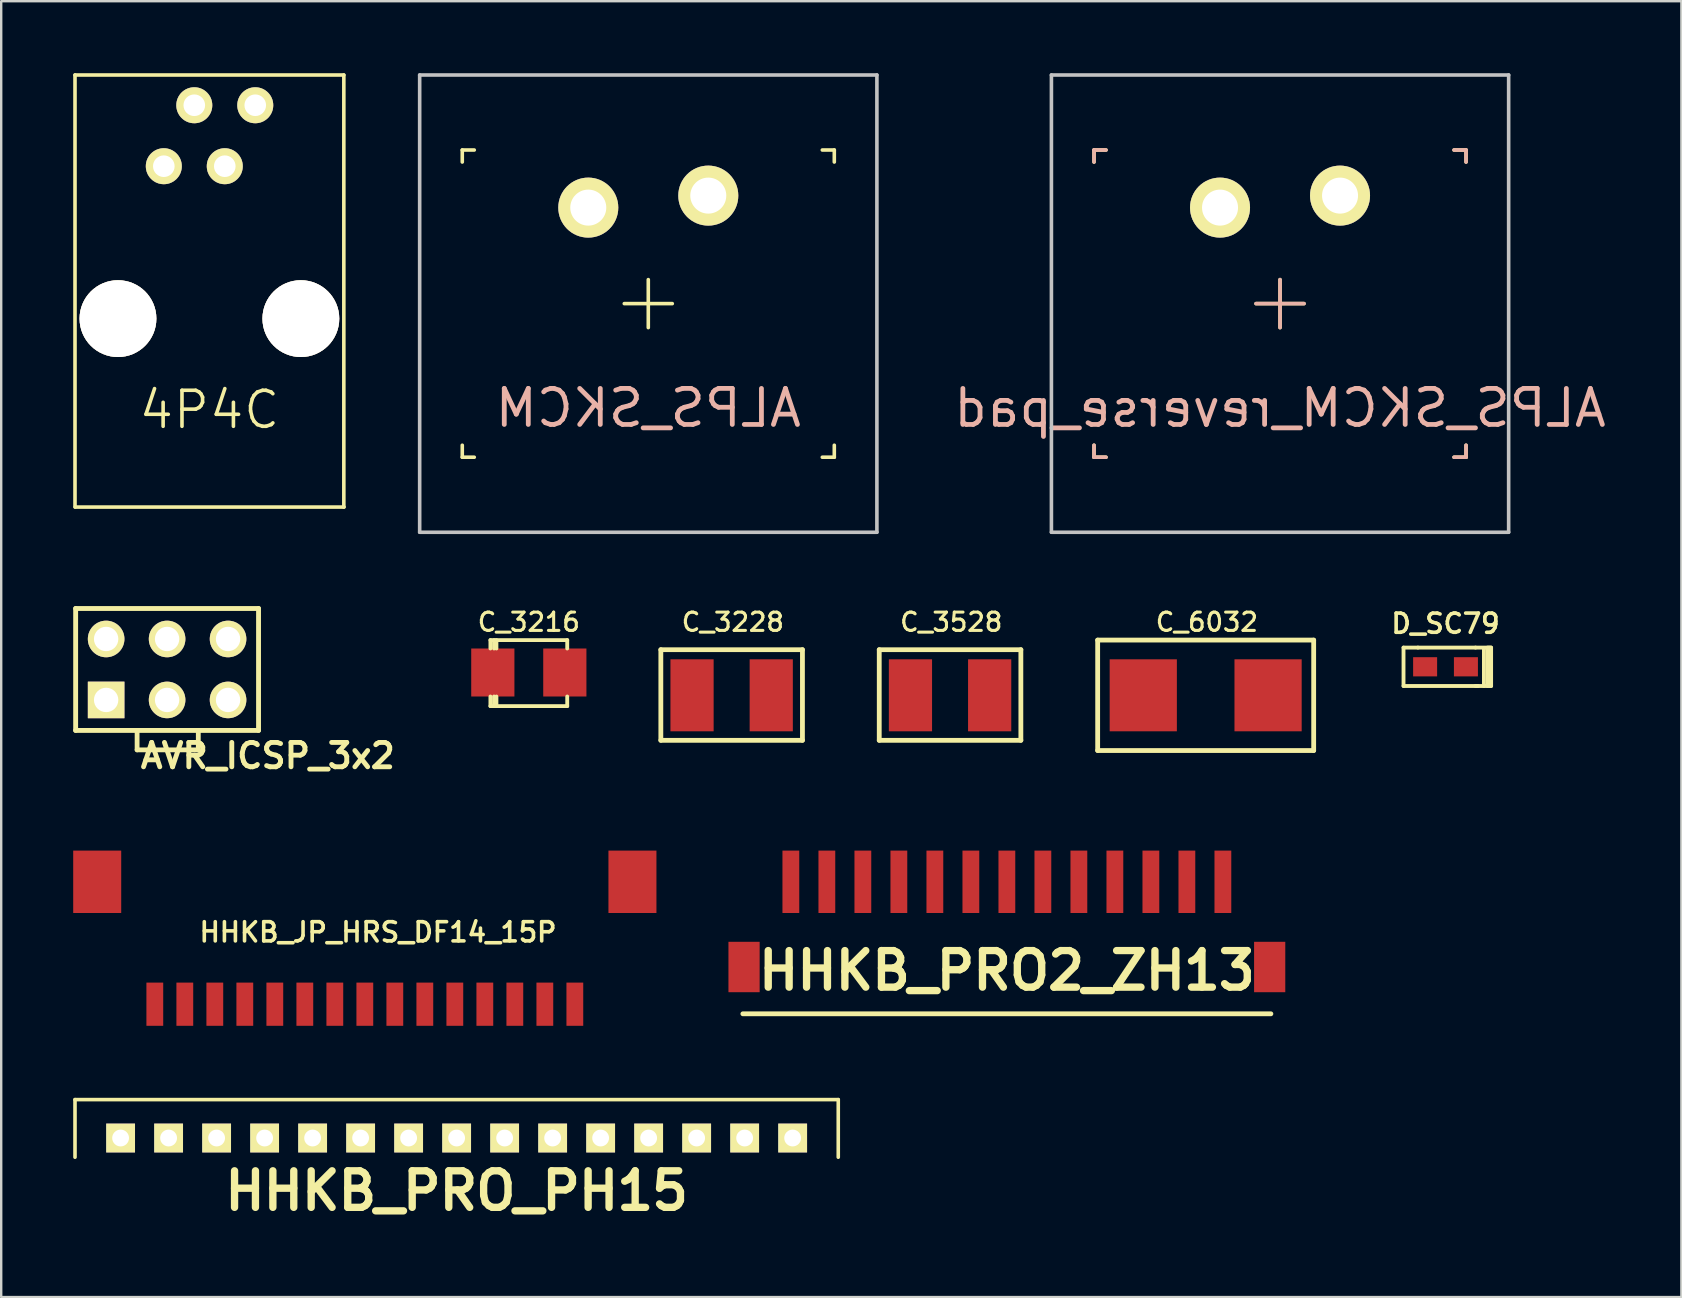
<source format=kicad_pcb>
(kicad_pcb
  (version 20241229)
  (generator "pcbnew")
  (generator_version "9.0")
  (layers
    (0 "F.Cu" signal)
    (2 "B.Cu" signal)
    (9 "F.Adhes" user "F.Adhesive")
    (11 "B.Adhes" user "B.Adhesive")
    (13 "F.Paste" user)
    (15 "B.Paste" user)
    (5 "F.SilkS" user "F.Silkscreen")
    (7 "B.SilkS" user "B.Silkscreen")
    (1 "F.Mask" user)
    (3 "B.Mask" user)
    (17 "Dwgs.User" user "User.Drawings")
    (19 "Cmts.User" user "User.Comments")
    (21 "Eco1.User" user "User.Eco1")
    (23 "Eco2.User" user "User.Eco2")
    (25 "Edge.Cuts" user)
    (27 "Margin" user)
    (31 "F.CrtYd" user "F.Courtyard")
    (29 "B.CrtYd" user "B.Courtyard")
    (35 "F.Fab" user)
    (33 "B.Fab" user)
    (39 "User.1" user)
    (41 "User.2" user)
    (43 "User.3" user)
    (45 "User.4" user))
  (footprint "C_3528"
    (layer "F.Cu")
    (at 36.533 25.919)
    (property "Reference" "C_3528" (at 0.05 -3.05 0) (layer "F.SilkS") (effects (font (size 0.762 0.762) (thickness 0.127))))
    (attr smd)
    (fp_line (start -2.95 -1.9) (end 2.95 -1.9) (stroke (width 0.2) (type solid)) (layer "F.SilkS"))
    (fp_line (start -2.95 1.875) (end -2.95 -1.9) (stroke (width 0.2) (type solid)) (layer "F.SilkS"))
    (fp_line (start 2.95 -1.9) (end 2.95 1.875) (stroke (width 0.2) (type solid)) (layer "F.SilkS"))
    (fp_line (start 2.95 1.875) (end -2.95 1.875) (stroke (width 0.2) (type solid)) (layer "F.SilkS"))
    (pad "1" smd rect (at -1.65 0) (size 1.8 3) (layers "F.Cu" "F.Mask"))
    (pad "2" smd rect (at 1.65 0) (size 1.8 3) (layers "F.Cu" "F.Mask")))
  (footprint "HHKB_PRO_PH15"
    (layer "F.Cu")
    (at 15.975 44.364)
    (property "Reference" "HHKB_PRO_PH15" (at 0 2.2 0) (layer "F.SilkS") (effects (font (size 1.524 1.524) (thickness 0.305))))
    (attr through_hole)
    (fp_line (start -15.9 -1.6) (end -15.9 0.8) (stroke (width 0.15) (type solid)) (layer "F.SilkS"))
    (fp_line (start 15.9 -1.6) (end -15.9 -1.6) (stroke (width 0.15) (type solid)) (layer "F.SilkS"))
    (fp_line (start 15.9 0.8) (end 15.9 -1.6) (stroke (width 0.15) (type solid)) (layer "F.SilkS"))
    (pad "1" thru_hole rect (at -14 0 180) (size 1.2 1.2) (drill 0.701) (layers "*.Cu" "*.Mask" "F.SilkS"))
    (pad "2" thru_hole rect (at -12 0 180) (size 1.2 1.2) (drill 0.701) (layers "*.Cu" "*.Mask" "F.SilkS"))
    (pad "3" thru_hole rect (at -10 0 180) (size 1.2 1.2) (drill 0.701) (layers "*.Cu" "*.Mask" "F.SilkS"))
    (pad "4" thru_hole rect (at -8 0 180) (size 1.2 1.2) (drill 0.701) (layers "*.Cu" "*.Mask" "F.SilkS"))
    (pad "5" thru_hole rect (at -6 0 180) (size 1.2 1.2) (drill 0.701) (layers "*.Cu" "*.Mask" "F.SilkS"))
    (pad "6" thru_hole rect (at -4 0 180) (size 1.2 1.2) (drill 0.701) (layers "*.Cu" "*.Mask" "F.SilkS"))
    (pad "7" thru_hole rect (at -2 0 180) (size 1.2 1.2) (drill 0.701) (layers "*.Cu" "*.Mask" "F.SilkS"))
    (pad "8" thru_hole rect (at 0 0 180) (size 1.2 1.2) (drill 0.701) (layers "*.Cu" "*.Mask" "F.SilkS"))
    (pad "9" thru_hole rect (at 2 0 180) (size 1.2 1.2) (drill 0.701) (layers "*.Cu" "*.Mask" "F.SilkS"))
    (pad "10" thru_hole rect (at 4 0 180) (size 1.2 1.2) (drill 0.701) (layers "*.Cu" "*.Mask" "F.SilkS"))
    (pad "11" thru_hole rect (at 6 0 180) (size 1.2 1.2) (drill 0.701) (layers "*.Cu" "*.Mask" "F.SilkS"))
    (pad "12" thru_hole rect (at 8 0 180) (size 1.2 1.2) (drill 0.701) (layers "*.Cu" "*.Mask" "F.SilkS"))
    (pad "13" thru_hole rect (at 10 0 180) (size 1.2 1.2) (drill 0.701) (layers "*.Cu" "*.Mask" "F.SilkS"))
    (pad "14" thru_hole rect (at 12 0 180) (size 1.2 1.2) (drill 0.701) (layers "*.Cu" "*.Mask" "F.SilkS"))
    (pad "15" thru_hole rect (at 14 0 180) (size 1.2 1.2) (drill 0.701) (layers "*.Cu" "*.Mask" "F.SilkS")))
  (footprint "AVR_ICSP_3x2"
    (layer "F.Cu")
    (at 3.912 24.842)
    (property "Reference" "AVR_ICSP_3x2" (at 4.195 3.596 0) (layer "F.SilkS") (effects (font (size 1.016 1.016) (thickness 0.203))))
    (attr through_hole)
    (fp_line (start -3.81 -2.54) (end 3.81 -2.54) (stroke (width 0.203) (type solid)) (layer "F.SilkS"))
    (fp_line (start -3.81 2.54) (end -3.81 -2.54) (stroke (width 0.203) (type solid)) (layer "F.SilkS"))
    (fp_line (start -1.25 2.55) (end -1.25 3.35) (stroke (width 0.2) (type solid)) (layer "F.SilkS"))
    (fp_line (start -1.25 3.35) (end 1.3 3.35) (stroke (width 0.2) (type solid)) (layer "F.SilkS"))
    (fp_line (start 1.3 3.35) (end 1.3 2.55) (stroke (width 0.2) (type solid)) (layer "F.SilkS"))
    (fp_line (start 3.81 -2.54) (end 3.81 2.54) (stroke (width 0.203) (type solid)) (layer "F.SilkS"))
    (fp_line (start 3.81 2.54) (end -3.81 2.54) (stroke (width 0.203) (type solid)) (layer "F.SilkS"))
    (pad "1" thru_hole rect (at -2.54 1.27) (size 1.524 1.524) (drill 1.016) (layers "*.Cu" "*.Mask" "F.SilkS"))
    (pad "2" thru_hole circle (at -2.54 -1.27) (size 1.524 1.524) (drill 1.016) (layers "*.Cu" "*.Mask" "F.SilkS"))
    (pad "3" thru_hole circle (at 0 1.27) (size 1.524 1.524) (drill 1.016) (layers "*.Cu" "*.Mask" "F.SilkS"))
    (pad "4" thru_hole circle (at 0 -1.27) (size 1.524 1.524) (drill 1.016) (layers "*.Cu" "*.Mask" "F.SilkS"))
    (pad "5" thru_hole circle (at 2.54 1.27) (size 1.524 1.524) (drill 1.016) (layers "*.Cu" "*.Mask" "F.SilkS"))
    (pad "6" thru_hole circle (at 2.54 -1.27) (size 1.524 1.524) (drill 1.016) (layers "*.Cu" "*.Mask" "F.SilkS")))
  (footprint "ALPS_SKCM"
    (layer "F.Cu")
    (at 23.96 9.6)
    (property "Reference" "ALPS_SKCM" (at 0 4.35 0) (layer "B.SilkS") (effects (font (size 1.5 1.5) (thickness 0.2)) (justify mirror)))
    (attr through_hole)
    (fp_line (start -7.75 -6.4) (end -7.75 -5.9) (stroke (width 0.15) (type solid)) (layer "F.SilkS"))
    (fp_line (start -7.75 -6.4) (end -7.25 -6.4) (stroke (width 0.15) (type solid)) (layer "F.SilkS"))
    (fp_line (start -7.75 6.4) (end -7.75 5.9) (stroke (width 0.15) (type solid)) (layer "F.SilkS"))
    (fp_line (start -7.75 6.4) (end -7.25 6.4) (stroke (width 0.15) (type solid)) (layer "F.SilkS"))
    (fp_line (start -1 0) (end 1 0) (stroke (width 0.15) (type solid)) (layer "F.SilkS"))
    (fp_line (start 0 -1) (end 0 1) (stroke (width 0.15) (type solid)) (layer "F.SilkS"))
    (fp_line (start 7.75 -6.4) (end 7.25 -6.4) (stroke (width 0.15) (type solid)) (layer "F.SilkS"))
    (fp_line (start 7.75 -6.4) (end 7.75 -5.9) (stroke (width 0.15) (type solid)) (layer "F.SilkS"))
    (fp_line (start 7.75 6.4) (end 7.25 6.4) (stroke (width 0.15) (type solid)) (layer "F.SilkS"))
    (fp_line (start 7.75 6.4) (end 7.75 5.9) (stroke (width 0.15) (type solid)) (layer "F.SilkS"))
    (fp_line (start -9.525 -9.525) (end 9.525 -9.525) (stroke (width 0.15) (type solid)) (layer "Dwgs.User"))
    (fp_line (start -9.525 9.525) (end -9.525 -9.525) (stroke (width 0.15) (type solid)) (layer "Dwgs.User"))
    (fp_line (start -9.525 9.525) (end 9.525 9.525) (stroke (width 0.15) (type solid)) (layer "Dwgs.User"))
    (fp_line (start 9.525 9.525) (end 9.525 -9.525) (stroke (width 0.15) (type solid)) (layer "Dwgs.User"))
    (pad "1" thru_hole circle (at 2.5 -4.5) (size 2.5 2.5) (drill 1.5) (layers "*.Cu" "*.Mask" "F.SilkS"))
    (pad "2" thru_hole circle (at -2.5 -4) (size 2.5 2.5) (drill 1.5) (layers "*.Cu" "*.Mask" "F.SilkS")))
  (footprint "4P4C"
    (layer "F.Cu")
    (at 5.675 10.225)
    (property "Reference" "4P4C" (at 0 3.8 0) (layer "F.SilkS") (effects (font (size 1.5 1.5) (thickness 0.15))))
    (attr through_hole)
    (fp_line (start -5.6 -10.15) (end -5.6 7.85) (stroke (width 0.15) (type solid)) (layer "F.SilkS"))
    (fp_line (start -5.59 7.85) (end 5.61 7.85) (stroke (width 0.15) (type solid)) (layer "F.SilkS"))
    (fp_line (start 5.6 -10.15) (end -5.6 -10.15) (stroke (width 0.15) (type solid)) (layer "F.SilkS"))
    (fp_line (start 5.6 7.85) (end 5.6 -10.15) (stroke (width 0.15) (type solid)) (layer "F.SilkS"))
    (pad "1" thru_hole circle (at -1.9 -6.35) (size 1.5 1.5) (drill 0.9) (layers "*.Cu" "*.Mask" "F.SilkS"))
    (pad "2" thru_hole circle (at -0.63 -8.89) (size 1.5 1.5) (drill 0.9) (layers "*.Cu" "*.Mask" "F.SilkS"))
    (pad "3" thru_hole circle (at 0.64 -6.35) (size 1.5 1.5) (drill 0.9) (layers "*.Cu" "*.Mask" "F.SilkS"))
    (pad "4" thru_hole circle (at 1.91 -8.89) (size 1.5 1.5) (drill 0.9) (layers "*.Cu" "*.Mask" "F.SilkS"))
    (pad "5" thru_hole circle (at -3.81 0) (size 3.2 3.2) (drill 3.2) (layers "*.Cu" "*.Mask" "F.SilkS"))
    (pad "6" thru_hole circle (at 3.81 0) (size 3.2 3.2) (drill 3.2) (layers "*.Cu" "*.Mask" "F.SilkS")))
  (footprint "C_3228"
    (layer "F.Cu")
    (at 27.433 25.919)
    (property "Reference" "C_3228" (at 0.05 -3.05 0) (layer "F.SilkS") (effects (font (size 0.762 0.762) (thickness 0.127))))
    (attr smd)
    (fp_line (start -2.95 -1.9) (end 2.95 -1.9) (stroke (width 0.2) (type solid)) (layer "F.SilkS"))
    (fp_line (start -2.95 1.875) (end -2.95 -1.9) (stroke (width 0.2) (type solid)) (layer "F.SilkS"))
    (fp_line (start 2.95 -1.9) (end 2.95 1.875) (stroke (width 0.2) (type solid)) (layer "F.SilkS"))
    (fp_line (start 2.95 1.875) (end -2.95 1.875) (stroke (width 0.2) (type solid)) (layer "F.SilkS"))
    (pad "1" smd rect (at -1.65 0) (size 1.8 3) (layers "F.Cu" "F.Mask"))
    (pad "2" smd rect (at 1.65 0) (size 1.8 3) (layers "F.Cu" "F.Mask")))
  (footprint "ALPS_SKCM_reverse_pad"
    (layer "F.Cu")
    (at 50.281 9.6)
    (property "Reference" "ALPS_SKCM_reverse_pad" (at 0 4.35 0) (layer "B.SilkS") (effects (font (size 1.5 1.5) (thickness 0.2)) (justify mirror)))
    (attr through_hole)
    (fp_line (start -7.75 -6.4) (end -7.75 -5.9) (stroke (width 0.15) (type solid)) (layer "F.SilkS"))
    (fp_line (start -7.75 -6.4) (end -7.25 -6.4) (stroke (width 0.15) (type solid)) (layer "F.SilkS"))
    (fp_line (start -7.75 6.4) (end -7.75 5.9) (stroke (width 0.15) (type solid)) (layer "F.SilkS"))
    (fp_line (start -7.75 6.4) (end -7.25 6.4) (stroke (width 0.15) (type solid)) (layer "F.SilkS"))
    (fp_line (start -1 0) (end 1 0) (stroke (width 0.15) (type solid)) (layer "F.SilkS"))
    (fp_line (start 0 -1) (end 0 1) (stroke (width 0.15) (type solid)) (layer "F.SilkS"))
    (fp_line (start 7.75 -6.4) (end 7.25 -6.4) (stroke (width 0.15) (type solid)) (layer "F.SilkS"))
    (fp_line (start 7.75 -6.4) (end 7.75 -5.9) (stroke (width 0.15) (type solid)) (layer "F.SilkS"))
    (fp_line (start 7.75 6.4) (end 7.25 6.4) (stroke (width 0.15) (type solid)) (layer "F.SilkS"))
    (fp_line (start 7.75 6.4) (end 7.75 5.9) (stroke (width 0.15) (type solid)) (layer "F.SilkS"))
    (fp_line (start -7.75 -6.4) (end -7.75 -5.9) (stroke (width 0.15) (type solid)) (layer "B.SilkS"))
    (fp_line (start -7.75 -6.4) (end -7.25 -6.4) (stroke (width 0.15) (type solid)) (layer "B.SilkS"))
    (fp_line (start -7.75 6.4) (end -7.75 5.9) (stroke (width 0.15) (type solid)) (layer "B.SilkS"))
    (fp_line (start -7.75 6.4) (end -7.25 6.4) (stroke (width 0.15) (type solid)) (layer "B.SilkS"))
    (fp_line (start -1 0) (end 1 0) (stroke (width 0.15) (type solid)) (layer "B.SilkS"))
    (fp_line (start 0 -1) (end 0 1) (stroke (width 0.15) (type solid)) (layer "B.SilkS"))
    (fp_line (start 7.75 -6.4) (end 7.25 -6.4) (stroke (width 0.15) (type solid)) (layer "B.SilkS"))
    (fp_line (start 7.75 -6.4) (end 7.75 -5.9) (stroke (width 0.15) (type solid)) (layer "B.SilkS"))
    (fp_line (start 7.75 6.4) (end 7.25 6.4) (stroke (width 0.15) (type solid)) (layer "B.SilkS"))
    (fp_line (start 7.75 6.4) (end 7.75 5.9) (stroke (width 0.15) (type solid)) (layer "B.SilkS"))
    (fp_line (start -9.525 -9.525) (end 9.525 -9.525) (stroke (width 0.15) (type solid)) (layer "Dwgs.User"))
    (fp_line (start -9.525 9.525) (end -9.525 -9.525) (stroke (width 0.15) (type solid)) (layer "Dwgs.User"))
    (fp_line (start -9.525 9.525) (end 9.525 9.525) (stroke (width 0.15) (type solid)) (layer "Dwgs.User"))
    (fp_line (start 9.525 9.525) (end 9.525 -9.525) (stroke (width 0.15) (type solid)) (layer "Dwgs.User"))
    (pad "1" thru_hole circle (at 2.5 -4.5) (size 2.5 2.5) (drill 1.5) (layers "*.Cu" "*.Mask" "F.SilkS"))
    (pad "2" thru_hole circle (at -2.5 -4) (size 2.5 2.5) (drill 1.5) (layers "*.Cu" "*.Mask" "F.SilkS")))
  (footprint "HHKB_JP_HRS_DF14_15P"
    (layer "F.Cu")
    (at 3.4 38.789)
    (property "Reference" "HHKB_JP_HRS_DF14_15P" (at 9.3 -3 0) (layer "F.SilkS") (effects (font (size 0.8 0.8) (thickness 0.15))))
    (attr through_hole)
    (pad "1" smd rect (at 17.5 0) (size 0.7 1.8) (layers "F.Cu" "F.Mask" "F.Paste"))
    (pad "2" smd rect (at 16.25 0) (size 0.7 1.8) (layers "F.Cu" "F.Mask" "F.Paste"))
    (pad "3" smd rect (at 15 0) (size 0.7 1.8) (layers "F.Cu" "F.Mask" "F.Paste"))
    (pad "4" smd rect (at 13.75 0) (size 0.7 1.8) (layers "F.Cu" "F.Mask" "F.Paste"))
    (pad "5" smd rect (at 12.5 0) (size 0.7 1.8) (layers "F.Cu" "F.Mask" "F.Paste"))
    (pad "6" smd rect (at 11.25 0) (size 0.7 1.8) (layers "F.Cu" "F.Mask" "F.Paste"))
    (pad "7" smd rect (at 10 0) (size 0.7 1.8) (layers "F.Cu" "F.Mask" "F.Paste"))
    (pad "8" smd rect (at 8.75 0) (size 0.7 1.8) (layers "F.Cu" "F.Mask" "F.Paste"))
    (pad "9" smd rect (at 7.5 0) (size 0.7 1.8) (layers "F.Cu" "F.Mask" "F.Paste"))
    (pad "10" smd rect (at 6.25 0) (size 0.7 1.8) (layers "F.Cu" "F.Mask" "F.Paste"))
    (pad "11" smd rect (at 5 0) (size 0.7 1.8) (layers "F.Cu" "F.Mask" "F.Paste"))
    (pad "12" smd rect (at 3.75 0) (size 0.7 1.8) (layers "F.Cu" "F.Mask" "F.Paste"))
    (pad "13" smd rect (at 2.5 0) (size 0.7 1.8) (layers "F.Cu" "F.Mask" "F.Paste"))
    (pad "14" smd rect (at 1.25 0) (size 0.7 1.8) (layers "F.Cu" "F.Mask" "F.Paste"))
    (pad "15" smd rect (at 0 0) (size 0.7 1.8) (layers "F.Cu" "F.Mask" "F.Paste"))
    (pad "16" smd rect (at -2.4 -5.1) (size 2 2.6) (layers "F.Cu" "F.Mask" "F.Paste"))
    (pad "17" smd rect (at 19.9 -5.1) (size 2 2.6) (layers "F.Cu" "F.Mask" "F.Paste")))
  (footprint "D_SC79"
    (layer "F.Cu")
    (at 57.176 24.731)
    (property "Reference" "D_SC79" (at 0 -1.8 0) (layer "F.SilkS") (effects (font (size 0.8 0.8) (thickness 0.15))))
    (attr through_hole)
    (fp_line (start -1.75 -0.8) (end -1.75 0.8) (stroke (width 0.16) (type solid)) (layer "F.SilkS"))
    (fp_line (start -1.75 0.8) (end 1.35 0.8) (stroke (width 0.16) (type solid)) (layer "F.SilkS"))
    (fp_line (start -1.15 -0.8) (end -1.75 -0.8) (stroke (width 0.16) (type solid)) (layer "F.SilkS"))
    (fp_line (start 1.25 -0.8) (end -1.15 -0.8) (stroke (width 0.16) (type solid)) (layer "F.SilkS"))
    (fp_line (start 1.25 -0.8) (end 1.9 -0.8) (stroke (width 0.16) (type solid)) (layer "F.SilkS"))
    (fp_line (start 1.25 0.8) (end 1.9 0.8) (stroke (width 0.16) (type solid)) (layer "F.SilkS"))
    (fp_line (start 1.6 -0.75) (end 1.6 0.8) (stroke (width 0.16) (type solid)) (layer "F.SilkS"))
    (fp_line (start 1.75 -0.8) (end 1.75 0.8) (stroke (width 0.16) (type solid)) (layer "F.SilkS"))
    (fp_line (start 1.8 -0.8) (end 1.8 0.8) (stroke (width 0.16) (type solid)) (layer "F.SilkS"))
    (fp_line (start 1.85 -0.8) (end 1.85 0.8) (stroke (width 0.16) (type solid)) (layer "F.SilkS"))
    (fp_line (start 1.9 -0.8) (end 1.9 0.8) (stroke (width 0.16) (type solid)) (layer "F.SilkS"))
    (pad "1" smd rect (at -0.85 0) (size 1 0.8) (layers "F.Cu" "F.Mask" "F.Paste"))
    (pad "2" smd rect (at 0.85 0) (size 1 0.8) (layers "F.Cu" "F.Mask" "F.Paste")))
  (footprint "C_3216"
    (layer "F.Cu")
    (at 18.983 24.969)
    (property "Reference" "C_3216" (at 0 -2.1 0) (layer "F.SilkS") (effects (font (size 0.762 0.762) (thickness 0.127))))
    (attr smd)
    (fp_line (start -1.6 -1.35) (end 1.6 -1.35) (stroke (width 0.16) (type solid)) (layer "F.SilkS"))
    (fp_line (start -1.6 -1) (end -1.6 -1.35) (stroke (width 0.16) (type solid)) (layer "F.SilkS"))
    (fp_line (start -1.6 1.4) (end -1.6 1) (stroke (width 0.16) (type solid)) (layer "F.SilkS"))
    (fp_line (start -1.45 -1.35) (end -1.45 -1) (stroke (width 0.16) (type solid)) (layer "F.SilkS"))
    (fp_line (start -1.45 1.4) (end -1.45 1) (stroke (width 0.16) (type solid)) (layer "F.SilkS"))
    (fp_line (start -1.35 -1.35) (end -1.35 -1) (stroke (width 0.16) (type solid)) (layer "F.SilkS"))
    (fp_line (start -1.35 1.4) (end -1.35 1) (stroke (width 0.16) (type solid)) (layer "F.SilkS"))
    (fp_line (start 1.6 -1.35) (end 1.6 -1) (stroke (width 0.16) (type solid)) (layer "F.SilkS"))
    (fp_line (start 1.6 1) (end 1.6 1.4) (stroke (width 0.16) (type solid)) (layer "F.SilkS"))
    (fp_line (start 1.6 1.4) (end -1.6 1.4) (stroke (width 0.16) (type solid)) (layer "F.SilkS"))
    (pad "1" smd rect (at -1.5 0) (size 1.8 2) (layers "F.Cu" "F.Mask"))
    (pad "2" smd rect (at 1.5 0) (size 1.8 2) (layers "F.Cu" "F.Mask")))
  (footprint "HHKB_PRO2_ZH13"
    (layer "F.Cu")
    (at 29.9 33.689)
    (property "Reference" "HHKB_PRO2_ZH13" (at 9 3.7 0) (layer "F.SilkS") (effects (font (size 1.524 1.524) (thickness 0.305))))
    (attr through_hole)
    (fp_line (start -2 5.5) (end 20 5.5) (stroke (width 0.2) (type solid)) (layer "F.SilkS"))
    (pad "1" smd rect (at 0 0 180) (size 0.7 2.6) (layers "F.Cu" "F.Mask" "F.Paste"))
    (pad "2" smd rect (at 1.5 0 180) (size 0.7 2.6) (layers "F.Cu" "F.Mask" "F.Paste"))
    (pad "3" smd rect (at 3 0 180) (size 0.7 2.6) (layers "F.Cu" "F.Mask" "F.Paste"))
    (pad "4" smd rect (at 4.5 0 180) (size 0.7 2.6) (layers "F.Cu" "F.Mask" "F.Paste"))
    (pad "5" smd rect (at 6 0 180) (size 0.7 2.6) (layers "F.Cu" "F.Mask" "F.Paste"))
    (pad "6" smd rect (at 7.5 0 180) (size 0.7 2.6) (layers "F.Cu" "F.Mask" "F.Paste"))
    (pad "7" smd rect (at 9 0 180) (size 0.7 2.6) (layers "F.Cu" "F.Mask" "F.Paste"))
    (pad "8" smd rect (at 10.5 0 180) (size 0.7 2.6) (layers "F.Cu" "F.Mask" "F.Paste"))
    (pad "9" smd rect (at 12 0 180) (size 0.7 2.6) (layers "F.Cu" "F.Mask" "F.Paste"))
    (pad "10" smd rect (at 13.5 0 180) (size 0.7 2.6) (layers "F.Cu" "F.Mask" "F.Paste"))
    (pad "11" smd rect (at 15 0 180) (size 0.7 2.6) (layers "F.Cu" "F.Mask" "F.Paste"))
    (pad "12" smd rect (at 16.5 0 180) (size 0.7 2.6) (layers "F.Cu" "F.Mask" "F.Paste"))
    (pad "13" smd rect (at 18 0 180) (size 0.7 2.6) (layers "F.Cu" "F.Mask" "F.Paste"))
    (pad "14" smd rect (at 19.95 3.55 180) (size 1.3 2.1) (layers "F.Cu" "F.Mask" "F.Paste"))
    (pad "15" smd rect (at -1.95 3.55 180) (size 1.3 2.1) (layers "F.Cu" "F.Mask" "F.Paste")))
  (footprint "C_6032"
    (layer "F.Cu")
    (at 47.183 25.919)
    (property "Reference" "C_6032" (at 0.05 -3.05 0) (layer "F.SilkS") (effects (font (size 0.762 0.762) (thickness 0.127))))
    (attr smd)
    (fp_line (start -4.5 -2.3) (end 4.5 -2.3) (stroke (width 0.2) (type solid)) (layer "F.SilkS"))
    (fp_line (start -4.5 2.3) (end -4.5 -2.3) (stroke (width 0.2) (type solid)) (layer "F.SilkS"))
    (fp_line (start 4.5 -2.3) (end 4.5 2.3) (stroke (width 0.2) (type solid)) (layer "F.SilkS"))
    (fp_line (start 4.5 2.3) (end -4.5 2.3) (stroke (width 0.2) (type solid)) (layer "F.SilkS"))
    (pad "1" smd rect (at -2.6 0) (size 2.8 3) (layers "F.Cu" "F.Mask"))
    (pad "2" smd rect (at 2.6 0) (size 2.8 3) (layers "F.Cu" "F.Mask")))
  (gr_rect
    (start -3 -3)
    (end 67.003 50.99)
    (stroke (width 0.1) (type default))
    (fill no)
    (layer "Edge.Cuts")))
</source>
